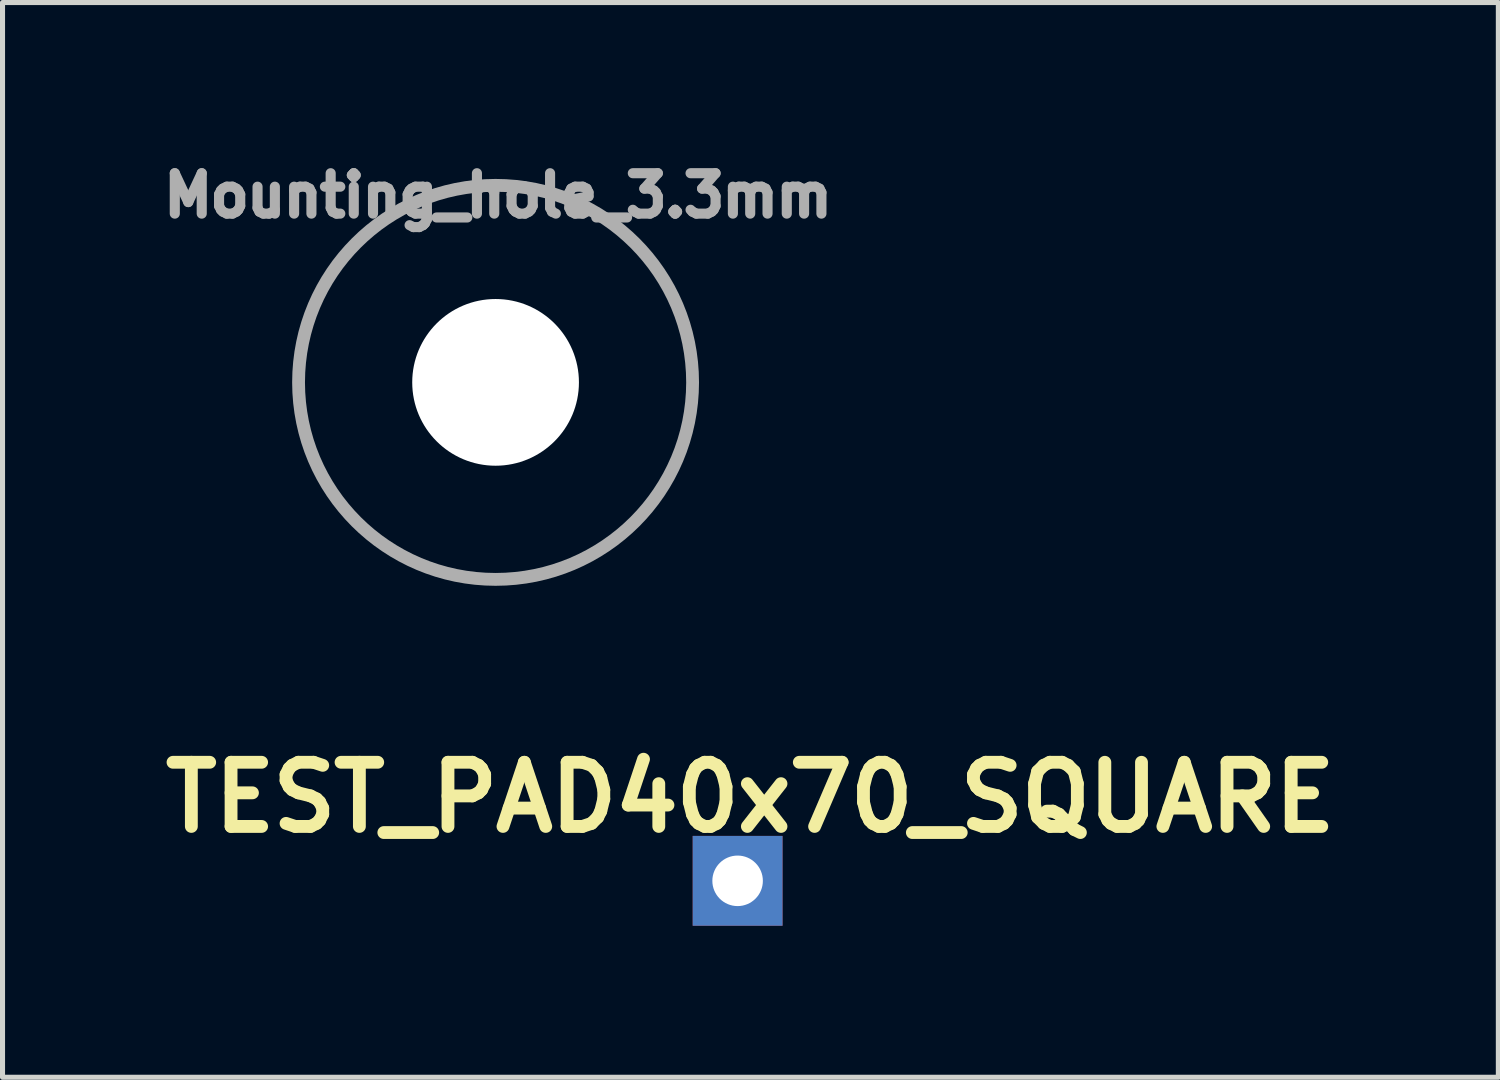
<source format=kicad_pcb>
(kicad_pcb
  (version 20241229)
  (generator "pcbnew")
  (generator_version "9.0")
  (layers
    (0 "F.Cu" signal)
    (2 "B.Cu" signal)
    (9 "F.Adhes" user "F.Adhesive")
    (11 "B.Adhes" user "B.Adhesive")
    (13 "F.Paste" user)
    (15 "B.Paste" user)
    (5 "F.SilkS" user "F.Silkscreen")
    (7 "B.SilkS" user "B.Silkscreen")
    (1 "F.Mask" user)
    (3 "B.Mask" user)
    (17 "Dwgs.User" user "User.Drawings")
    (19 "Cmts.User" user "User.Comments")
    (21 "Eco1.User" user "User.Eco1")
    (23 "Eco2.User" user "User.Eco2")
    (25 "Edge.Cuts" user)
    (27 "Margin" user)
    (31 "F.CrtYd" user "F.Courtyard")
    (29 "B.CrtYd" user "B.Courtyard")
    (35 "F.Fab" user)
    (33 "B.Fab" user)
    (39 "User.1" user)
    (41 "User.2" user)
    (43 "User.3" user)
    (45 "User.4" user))
  (footprint "Mounting_hole_3.3mm"
    (layer "F.Cu")
    (at 6.76 4.519)
    (property "Reference" "Mounting_hole_3.3mm" (at 0.05 -3.7 0) (layer "F.Fab") (effects (font (size 0.8 0.8) (thickness 0.2))))
    (attr exclude_from_pos_files exclude_from_bom)
    (fp_circle (center 0 0) (end -3.9 0) (stroke (width 0.254) (type solid)) (fill no) (layer "F.Fab"))
    (pad "" np_thru_hole circle (at 0 0) (size 3.3 3.3) (drill 3.3) (layers "*.Cu" "*.Mask")))
  (footprint "TEST_PAD40x70_SQUARE"
    (layer "F.Cu")
    (at 11.551 14.386)
    (property "Reference" "TEST_PAD40x70_SQUARE" (at 0.254 -1.651 0) (layer "F.SilkS") (effects (font (size 1.27 1.27) (thickness 0.254))))
    (attr exclude_from_pos_files exclude_from_bom)
    (pad "1" thru_hole rect (at 0 0) (size 1.778 1.778) (drill 1) (layers "*.Cu" "*.Mask")))
  (gr_rect
    (start -3 -3)
    (end 26.61 18.275)
    (stroke (width 0.1) (type default))
    (fill no)
    (layer "Edge.Cuts")))
</source>
